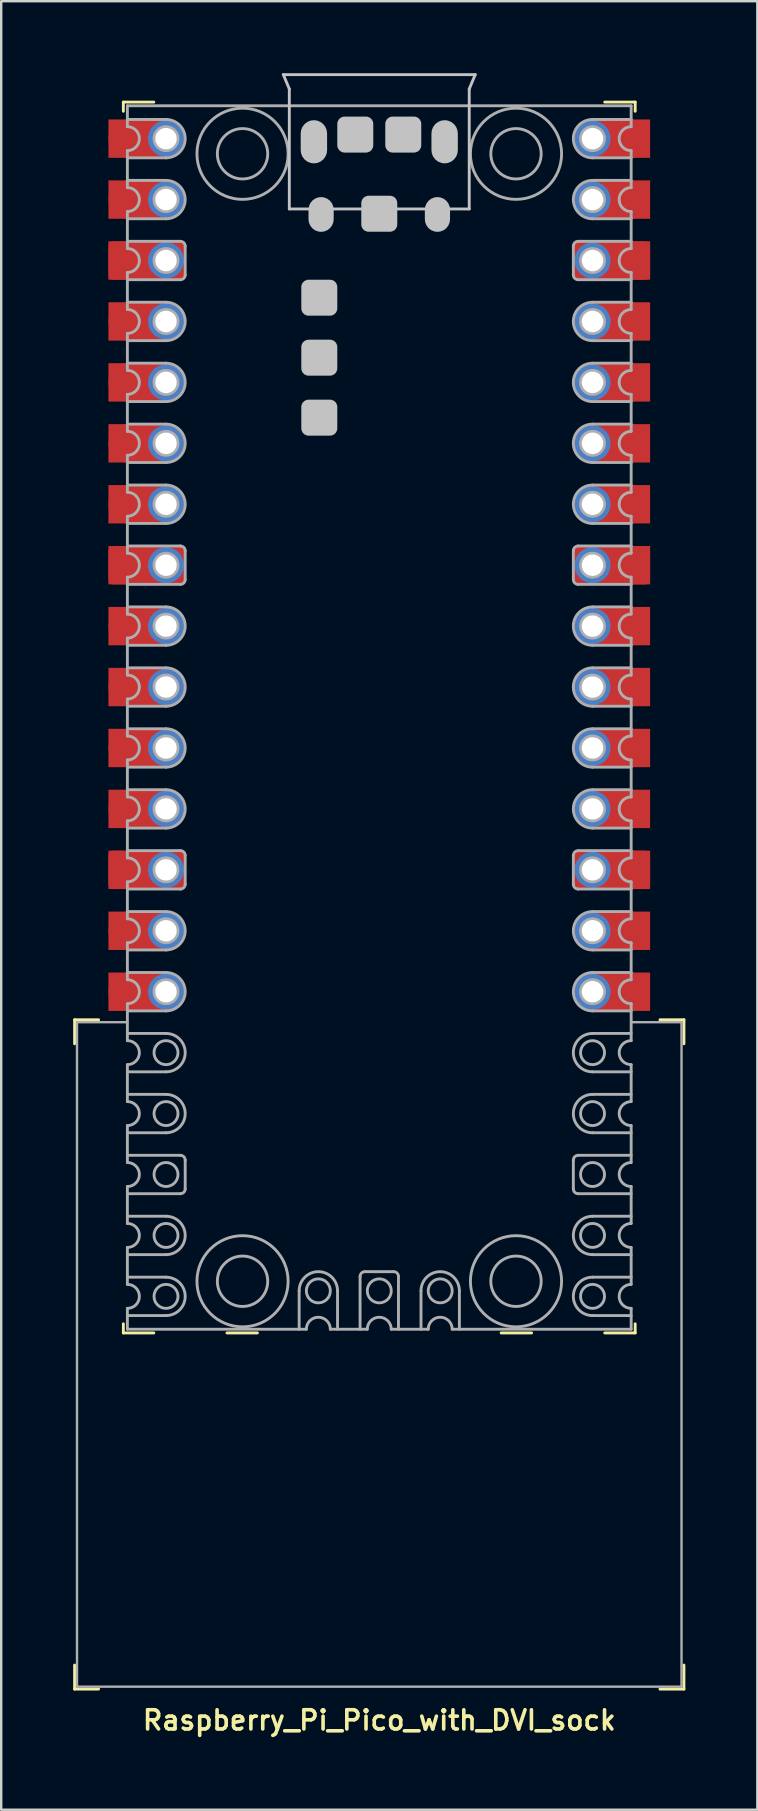
<source format=kicad_pcb>
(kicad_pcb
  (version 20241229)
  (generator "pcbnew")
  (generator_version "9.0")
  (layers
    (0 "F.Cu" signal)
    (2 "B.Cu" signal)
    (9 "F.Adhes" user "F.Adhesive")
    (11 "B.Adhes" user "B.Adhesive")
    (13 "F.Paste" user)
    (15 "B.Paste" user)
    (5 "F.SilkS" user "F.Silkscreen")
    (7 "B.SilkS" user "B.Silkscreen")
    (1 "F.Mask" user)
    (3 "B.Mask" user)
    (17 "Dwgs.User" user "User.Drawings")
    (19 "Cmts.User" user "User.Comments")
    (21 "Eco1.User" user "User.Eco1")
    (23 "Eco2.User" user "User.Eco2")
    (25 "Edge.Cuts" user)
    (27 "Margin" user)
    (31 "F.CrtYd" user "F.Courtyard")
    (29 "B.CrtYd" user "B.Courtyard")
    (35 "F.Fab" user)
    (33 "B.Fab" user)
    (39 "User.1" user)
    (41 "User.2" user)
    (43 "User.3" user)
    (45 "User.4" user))
  (footprint "Raspberry_Pi_Pico_with_DVI_sock"
    (layer "F.Cu")
    (at 12.76 26.86)
    (property "Reference" "Raspberry_Pi_Pico_with_DVI_sock" (at 0 41.8 0) (layer "F.SilkS") (effects (font (size 0.8 0.8) (thickness 0.15))))
    (attr through_hole)
    (fp_line (start -12.7 12.6) (end -12.7 13.6) (stroke (width 0.12) (type solid)) (layer "F.SilkS"))
    (fp_line (start -12.7 39.5) (end -12.7 40.5) (stroke (width 0.12) (type solid)) (layer "F.SilkS"))
    (fp_line (start -12.7 40.5) (end -11.7 40.5) (stroke (width 0.12) (type solid)) (layer "F.SilkS"))
    (fp_line (start -11.7 12.6) (end -12.7 12.6) (stroke (width 0.12) (type solid)) (layer "F.SilkS"))
    (fp_line (start -10.668 -25.654) (end -9.398 -25.654) (stroke (width 0.12) (type solid)) (layer "F.SilkS"))
    (fp_line (start -10.668 -25.273) (end -10.668 -25.654) (stroke (width 0.12) (type solid)) (layer "F.SilkS"))
    (fp_line (start -10.668 25.273) (end -10.668 25.654) (stroke (width 0.12) (type solid)) (layer "F.SilkS"))
    (fp_line (start -10.668 25.654) (end -9.398 25.654) (stroke (width 0.12) (type solid)) (layer "F.SilkS"))
    (fp_line (start -6.35 25.654) (end -5.08 25.654) (stroke (width 0.12) (type solid)) (layer "F.SilkS"))
    (fp_line (start 5.08 25.654) (end 6.35 25.654) (stroke (width 0.12) (type solid)) (layer "F.SilkS"))
    (fp_line (start 9.398 25.654) (end 10.668 25.654) (stroke (width 0.12) (type solid)) (layer "F.SilkS"))
    (fp_line (start 10.668 -25.654) (end 9.398 -25.654) (stroke (width 0.12) (type solid)) (layer "F.SilkS"))
    (fp_line (start 10.668 -25.273) (end 10.668 -25.654) (stroke (width 0.12) (type solid)) (layer "F.SilkS"))
    (fp_line (start 10.668 25.654) (end 10.668 25.273) (stroke (width 0.12) (type solid)) (layer "F.SilkS"))
    (fp_line (start 11.7 40.5) (end 12.7 40.5) (stroke (width 0.12) (type solid)) (layer "F.SilkS"))
    (fp_line (start 12.7 12.6) (end 11.7 12.6) (stroke (width 0.12) (type solid)) (layer "F.SilkS"))
    (fp_line (start 12.7 13.6) (end 12.7 12.6) (stroke (width 0.12) (type solid)) (layer "F.SilkS"))
    (fp_line (start 12.7 40.5) (end 12.7 39.5) (stroke (width 0.12) (type solid)) (layer "F.SilkS"))
    (fp_line (start -4 -26.8) (end -3.75 -26.2) (stroke (width 0.12) (type solid)) (layer "Dwgs.User"))
    (fp_line (start -4 -26.8) (end 4 -26.8) (stroke (width 0.12) (type solid)) (layer "Dwgs.User"))
    (fp_line (start -3.75 -26.2) (end -3.75 -21.2) (stroke (width 0.12) (type solid)) (layer "Dwgs.User"))
    (fp_line (start -3.75 -21.2) (end 3.75 -21.2) (stroke (width 0.12) (type solid)) (layer "Dwgs.User"))
    (fp_line (start 3.75 -26.2) (end 3.75 -21.2) (stroke (width 0.12) (type solid)) (layer "Dwgs.User"))
    (fp_line (start 4 -26.8) (end 3.75 -26.2) (stroke (width 0.12) (type solid)) (layer "Dwgs.User"))
    (fp_line (start -12.6 12.7) (end -12.6 40.4) (stroke (width 0.1) (type solid)) (layer "F.Fab"))
    (fp_line (start -10.5 -25.5) (end -10.5 -24.63) (stroke (width 0.12) (type solid)) (layer "F.Fab"))
    (fp_line (start -10.5 -23.63) (end -10.5 -22.09) (stroke (width 0.12) (type solid)) (layer "F.Fab"))
    (fp_line (start -10.5 -21.09) (end -10.5 -19.55) (stroke (width 0.12) (type solid)) (layer "F.Fab"))
    (fp_line (start -10.5 -18.55) (end -10.5 -17.01) (stroke (width 0.12) (type solid)) (layer "F.Fab"))
    (fp_line (start -10.5 -16.01) (end -10.5 -14.47) (stroke (width 0.12) (type solid)) (layer "F.Fab"))
    (fp_line (start -10.5 -13.47) (end -10.5 -11.93) (stroke (width 0.12) (type solid)) (layer "F.Fab"))
    (fp_line (start -10.5 -10.93) (end -10.5 -9.39) (stroke (width 0.12) (type solid)) (layer "F.Fab"))
    (fp_line (start -10.5 -8.39) (end -10.5 -6.85) (stroke (width 0.12) (type solid)) (layer "F.Fab"))
    (fp_line (start -10.5 -5.85) (end -10.5 -4.31) (stroke (width 0.12) (type solid)) (layer "F.Fab"))
    (fp_line (start -10.5 -3.31) (end -10.5 -1.77) (stroke (width 0.12) (type solid)) (layer "F.Fab"))
    (fp_line (start -10.5 -0.77) (end -10.5 0.77) (stroke (width 0.12) (type solid)) (layer "F.Fab"))
    (fp_line (start -10.5 1.77) (end -10.5 3.31) (stroke (width 0.12) (type solid)) (layer "F.Fab"))
    (fp_line (start -10.5 4.31) (end -10.5 5.85) (stroke (width 0.12) (type solid)) (layer "F.Fab"))
    (fp_line (start -10.5 6.85) (end -10.5 8.39) (stroke (width 0.12) (type solid)) (layer "F.Fab"))
    (fp_line (start -10.5 9.39) (end -10.5 10.93) (stroke (width 0.12) (type solid)) (layer "F.Fab"))
    (fp_line (start -10.5 11.93) (end -10.5 13.47) (stroke (width 0.12) (type solid)) (layer "F.Fab"))
    (fp_line (start -10.5 12.7) (end -12.6 12.7) (stroke (width 0.1) (type solid)) (layer "F.Fab"))
    (fp_line (start -10.5 14.47) (end -10.5 16.01) (stroke (width 0.12) (type solid)) (layer "F.Fab"))
    (fp_line (start -10.5 17.01) (end -10.5 18.55) (stroke (width 0.12) (type solid)) (layer "F.Fab"))
    (fp_line (start -10.5 19.55) (end -10.5 21.09) (stroke (width 0.12) (type solid)) (layer "F.Fab"))
    (fp_line (start -10.5 22.09) (end -10.5 23.63) (stroke (width 0.12) (type solid)) (layer "F.Fab"))
    (fp_line (start -10.5 24.63) (end -10.5 25.5) (stroke (width 0.12) (type solid)) (layer "F.Fab"))
    (fp_line (start -8.89 -24.93) (end -10.5 -24.93) (stroke (width 0.12) (type solid)) (layer "F.Fab"))
    (fp_line (start -8.89 -23.33) (end -10.5 -23.33) (stroke (width 0.12) (type solid)) (layer "F.Fab"))
    (fp_line (start -8.89 -22.39) (end -10.5 -22.39) (stroke (width 0.12) (type solid)) (layer "F.Fab"))
    (fp_line (start -8.89 -20.79) (end -10.5 -20.79) (stroke (width 0.12) (type solid)) (layer "F.Fab"))
    (fp_line (start -8.89 -17.31) (end -10.5 -17.31) (stroke (width 0.12) (type solid)) (layer "F.Fab"))
    (fp_line (start -8.89 -15.71) (end -10.5 -15.71) (stroke (width 0.12) (type solid)) (layer "F.Fab"))
    (fp_line (start -8.89 -14.77) (end -10.5 -14.77) (stroke (width 0.12) (type solid)) (layer "F.Fab"))
    (fp_line (start -8.89 -13.17) (end -10.5 -13.17) (stroke (width 0.12) (type solid)) (layer "F.Fab"))
    (fp_line (start -8.89 -12.23) (end -10.5 -12.23) (stroke (width 0.12) (type solid)) (layer "F.Fab"))
    (fp_line (start -8.89 -10.63) (end -10.5 -10.63) (stroke (width 0.12) (type solid)) (layer "F.Fab"))
    (fp_line (start -8.89 -9.69) (end -10.5 -9.69) (stroke (width 0.12) (type solid)) (layer "F.Fab"))
    (fp_line (start -8.89 -8.09) (end -10.5 -8.09) (stroke (width 0.12) (type solid)) (layer "F.Fab"))
    (fp_line (start -8.89 -4.61) (end -10.5 -4.61) (stroke (width 0.12) (type solid)) (layer "F.Fab"))
    (fp_line (start -8.89 -3.01) (end -10.5 -3.01) (stroke (width 0.12) (type solid)) (layer "F.Fab"))
    (fp_line (start -8.89 -2.07) (end -10.5 -2.07) (stroke (width 0.12) (type solid)) (layer "F.Fab"))
    (fp_line (start -8.89 -0.47) (end -10.5 -0.47) (stroke (width 0.12) (type solid)) (layer "F.Fab"))
    (fp_line (start -8.89 0.47) (end -10.5 0.47) (stroke (width 0.12) (type solid)) (layer "F.Fab"))
    (fp_line (start -8.89 2.07) (end -10.5 2.07) (stroke (width 0.12) (type solid)) (layer "F.Fab"))
    (fp_line (start -8.89 3.01) (end -10.5 3.01) (stroke (width 0.12) (type solid)) (layer "F.Fab"))
    (fp_line (start -8.89 4.61) (end -10.5 4.61) (stroke (width 0.12) (type solid)) (layer "F.Fab"))
    (fp_line (start -8.89 8.09) (end -10.5 8.09) (stroke (width 0.12) (type solid)) (layer "F.Fab"))
    (fp_line (start -8.89 9.69) (end -10.5 9.69) (stroke (width 0.12) (type solid)) (layer "F.Fab"))
    (fp_line (start -8.89 10.63) (end -10.5 10.63) (stroke (width 0.12) (type solid)) (layer "F.Fab"))
    (fp_line (start -8.89 12.23) (end -10.5 12.23) (stroke (width 0.12) (type solid)) (layer "F.Fab"))
    (fp_line (start -8.89 13.17) (end -10.5 13.17) (stroke (width 0.12) (type solid)) (layer "F.Fab"))
    (fp_line (start -8.89 14.77) (end -10.5 14.77) (stroke (width 0.12) (type solid)) (layer "F.Fab"))
    (fp_line (start -8.89 15.71) (end -10.5 15.71) (stroke (width 0.12) (type solid)) (layer "F.Fab"))
    (fp_line (start -8.89 17.31) (end -10.5 17.31) (stroke (width 0.12) (type solid)) (layer "F.Fab"))
    (fp_line (start -8.89 20.79) (end -10.5 20.79) (stroke (width 0.12) (type solid)) (layer "F.Fab"))
    (fp_line (start -8.89 22.39) (end -10.5 22.39) (stroke (width 0.12) (type solid)) (layer "F.Fab"))
    (fp_line (start -8.89 23.33) (end -10.5 23.33) (stroke (width 0.12) (type solid)) (layer "F.Fab"))
    (fp_line (start -8.89 24.93) (end -10.5 24.93) (stroke (width 0.12) (type solid)) (layer "F.Fab"))
    (fp_line (start -8.29 -19.85) (end -10.5 -19.85) (stroke (width 0.12) (type solid)) (layer "F.Fab"))
    (fp_line (start -8.29 -18.25) (end -10.5 -18.25) (stroke (width 0.12) (type solid)) (layer "F.Fab"))
    (fp_line (start -8.29 -7.15) (end -10.5 -7.15) (stroke (width 0.12) (type solid)) (layer "F.Fab"))
    (fp_line (start -8.29 -5.55) (end -10.5 -5.55) (stroke (width 0.12) (type solid)) (layer "F.Fab"))
    (fp_line (start -8.29 5.55) (end -10.5 5.55) (stroke (width 0.12) (type solid)) (layer "F.Fab"))
    (fp_line (start -8.29 7.15) (end -10.5 7.15) (stroke (width 0.12) (type solid)) (layer "F.Fab"))
    (fp_line (start -8.29 18.25) (end -10.5 18.25) (stroke (width 0.12) (type solid)) (layer "F.Fab"))
    (fp_line (start -8.29 19.85) (end -10.5 19.85) (stroke (width 0.12) (type solid)) (layer "F.Fab"))
    (fp_line (start -8.09 -19.65) (end -8.09 -18.45) (stroke (width 0.12) (type solid)) (layer "F.Fab"))
    (fp_line (start -8.09 -6.95) (end -8.09 -5.75) (stroke (width 0.12) (type solid)) (layer "F.Fab"))
    (fp_line (start -8.09 5.75) (end -8.09 6.95) (stroke (width 0.12) (type solid)) (layer "F.Fab"))
    (fp_line (start -8.09 18.45) (end -8.09 19.65) (stroke (width 0.12) (type solid)) (layer "F.Fab"))
    (fp_line (start -3.34 23.9) (end -3.34 25.5) (stroke (width 0.12) (type solid)) (layer "F.Fab"))
    (fp_line (start -3.04 25.5) (end -10.5 25.5) (stroke (width 0.12) (type solid)) (layer "F.Fab"))
    (fp_line (start -1.74 23.9) (end -1.74 25.5) (stroke (width 0.12) (type solid)) (layer "F.Fab"))
    (fp_line (start -0.8 23.3) (end -0.8 25.5) (stroke (width 0.12) (type solid)) (layer "F.Fab"))
    (fp_line (start -0.6 23.1) (end 0.6 23.1) (stroke (width 0.12) (type solid)) (layer "F.Fab"))
    (fp_line (start -0.5 25.5) (end -2.04 25.5) (stroke (width 0.12) (type solid)) (layer "F.Fab"))
    (fp_line (start 0.8 23.3) (end 0.8 25.5) (stroke (width 0.12) (type solid)) (layer "F.Fab"))
    (fp_line (start 1.74 23.9) (end 1.74 25.5) (stroke (width 0.12) (type solid)) (layer "F.Fab"))
    (fp_line (start 2.04 25.5) (end 0.5 25.5) (stroke (width 0.12) (type solid)) (layer "F.Fab"))
    (fp_line (start 3.34 23.9) (end 3.34 25.5) (stroke (width 0.12) (type solid)) (layer "F.Fab"))
    (fp_line (start 8.09 -18.45) (end 8.09 -19.65) (stroke (width 0.12) (type solid)) (layer "F.Fab"))
    (fp_line (start 8.09 -5.75) (end 8.09 -6.95) (stroke (width 0.12) (type solid)) (layer "F.Fab"))
    (fp_line (start 8.09 6.95) (end 8.09 5.75) (stroke (width 0.12) (type solid)) (layer "F.Fab"))
    (fp_line (start 8.09 19.65) (end 8.09 18.45) (stroke (width 0.12) (type solid)) (layer "F.Fab"))
    (fp_line (start 8.29 -19.85) (end 10.5 -19.85) (stroke (width 0.12) (type solid)) (layer "F.Fab"))
    (fp_line (start 8.29 -18.25) (end 10.5 -18.25) (stroke (width 0.12) (type solid)) (layer "F.Fab"))
    (fp_line (start 8.29 -7.15) (end 10.5 -7.15) (stroke (width 0.12) (type solid)) (layer "F.Fab"))
    (fp_line (start 8.29 -5.55) (end 10.5 -5.55) (stroke (width 0.12) (type solid)) (layer "F.Fab"))
    (fp_line (start 8.29 5.55) (end 10.5 5.55) (stroke (width 0.12) (type solid)) (layer "F.Fab"))
    (fp_line (start 8.29 7.15) (end 10.5 7.15) (stroke (width 0.12) (type solid)) (layer "F.Fab"))
    (fp_line (start 8.29 18.25) (end 10.5 18.25) (stroke (width 0.12) (type solid)) (layer "F.Fab"))
    (fp_line (start 8.29 19.85) (end 10.5 19.85) (stroke (width 0.12) (type solid)) (layer "F.Fab"))
    (fp_line (start 8.89 -24.93) (end 10.5 -24.93) (stroke (width 0.12) (type solid)) (layer "F.Fab"))
    (fp_line (start 8.89 -23.33) (end 10.5 -23.33) (stroke (width 0.12) (type solid)) (layer "F.Fab"))
    (fp_line (start 8.89 -22.39) (end 10.5 -22.39) (stroke (width 0.12) (type solid)) (layer "F.Fab"))
    (fp_line (start 8.89 -20.79) (end 10.5 -20.79) (stroke (width 0.12) (type solid)) (layer "F.Fab"))
    (fp_line (start 8.89 -17.31) (end 10.5 -17.31) (stroke (width 0.12) (type solid)) (layer "F.Fab"))
    (fp_line (start 8.89 -15.71) (end 10.5 -15.71) (stroke (width 0.12) (type solid)) (layer "F.Fab"))
    (fp_line (start 8.89 -14.77) (end 10.5 -14.77) (stroke (width 0.12) (type solid)) (layer "F.Fab"))
    (fp_line (start 8.89 -13.17) (end 10.5 -13.17) (stroke (width 0.12) (type solid)) (layer "F.Fab"))
    (fp_line (start 8.89 -12.23) (end 10.5 -12.23) (stroke (width 0.12) (type solid)) (layer "F.Fab"))
    (fp_line (start 8.89 -10.63) (end 10.5 -10.63) (stroke (width 0.12) (type solid)) (layer "F.Fab"))
    (fp_line (start 8.89 -9.69) (end 10.5 -9.69) (stroke (width 0.12) (type solid)) (layer "F.Fab"))
    (fp_line (start 8.89 -8.09) (end 10.5 -8.09) (stroke (width 0.12) (type solid)) (layer "F.Fab"))
    (fp_line (start 8.89 -4.61) (end 10.5 -4.61) (stroke (width 0.12) (type solid)) (layer "F.Fab"))
    (fp_line (start 8.89 -3.01) (end 10.5 -3.01) (stroke (width 0.12) (type solid)) (layer "F.Fab"))
    (fp_line (start 8.89 -2.07) (end 10.5 -2.07) (stroke (width 0.12) (type solid)) (layer "F.Fab"))
    (fp_line (start 8.89 -0.47) (end 10.5 -0.47) (stroke (width 0.12) (type solid)) (layer "F.Fab"))
    (fp_line (start 8.89 0.47) (end 10.5 0.47) (stroke (width 0.12) (type solid)) (layer "F.Fab"))
    (fp_line (start 8.89 2.07) (end 10.5 2.07) (stroke (width 0.12) (type solid)) (layer "F.Fab"))
    (fp_line (start 8.89 3.01) (end 10.5 3.01) (stroke (width 0.12) (type solid)) (layer "F.Fab"))
    (fp_line (start 8.89 4.61) (end 10.5 4.61) (stroke (width 0.12) (type solid)) (layer "F.Fab"))
    (fp_line (start 8.89 8.09) (end 10.5 8.09) (stroke (width 0.12) (type solid)) (layer "F.Fab"))
    (fp_line (start 8.89 9.69) (end 10.5 9.69) (stroke (width 0.12) (type solid)) (layer "F.Fab"))
    (fp_line (start 8.89 10.63) (end 10.5 10.63) (stroke (width 0.12) (type solid)) (layer "F.Fab"))
    (fp_line (start 8.89 12.23) (end 10.5 12.23) (stroke (width 0.12) (type solid)) (layer "F.Fab"))
    (fp_line (start 8.89 13.17) (end 10.5 13.17) (stroke (width 0.12) (type solid)) (layer "F.Fab"))
    (fp_line (start 8.89 14.77) (end 10.5 14.77) (stroke (width 0.12) (type solid)) (layer "F.Fab"))
    (fp_line (start 8.89 15.71) (end 10.5 15.71) (stroke (width 0.12) (type solid)) (layer "F.Fab"))
    (fp_line (start 8.89 17.31) (end 10.5 17.31) (stroke (width 0.12) (type solid)) (layer "F.Fab"))
    (fp_line (start 8.89 20.79) (end 10.5 20.79) (stroke (width 0.12) (type solid)) (layer "F.Fab"))
    (fp_line (start 8.89 22.39) (end 10.5 22.39) (stroke (width 0.12) (type solid)) (layer "F.Fab"))
    (fp_line (start 8.89 23.33) (end 10.5 23.33) (stroke (width 0.12) (type solid)) (layer "F.Fab"))
    (fp_line (start 8.89 24.93) (end 10.5 24.93) (stroke (width 0.12) (type solid)) (layer "F.Fab"))
    (fp_line (start 10.5 -25.5) (end -10.5 -25.5) (stroke (width 0.12) (type solid)) (layer "F.Fab"))
    (fp_line (start 10.5 -25.5) (end 10.5 -24.63) (stroke (width 0.12) (type solid)) (layer "F.Fab"))
    (fp_line (start 10.5 -23.63) (end 10.5 -22.09) (stroke (width 0.12) (type solid)) (layer "F.Fab"))
    (fp_line (start 10.5 -21.09) (end 10.5 -19.55) (stroke (width 0.12) (type solid)) (layer "F.Fab"))
    (fp_line (start 10.5 -18.55) (end 10.5 -17.01) (stroke (width 0.12) (type solid)) (layer "F.Fab"))
    (fp_line (start 10.5 -16.01) (end 10.5 -14.47) (stroke (width 0.12) (type solid)) (layer "F.Fab"))
    (fp_line (start 10.5 -13.47) (end 10.5 -11.93) (stroke (width 0.12) (type solid)) (layer "F.Fab"))
    (fp_line (start 10.5 -10.93) (end 10.5 -9.39) (stroke (width 0.12) (type solid)) (layer "F.Fab"))
    (fp_line (start 10.5 -8.39) (end 10.5 -6.85) (stroke (width 0.12) (type solid)) (layer "F.Fab"))
    (fp_line (start 10.5 -5.85) (end 10.5 -4.31) (stroke (width 0.12) (type solid)) (layer "F.Fab"))
    (fp_line (start 10.5 -3.31) (end 10.5 -1.77) (stroke (width 0.12) (type solid)) (layer "F.Fab"))
    (fp_line (start 10.5 -0.77) (end 10.5 0.77) (stroke (width 0.12) (type solid)) (layer "F.Fab"))
    (fp_line (start 10.5 1.77) (end 10.5 3.31) (stroke (width 0.12) (type solid)) (layer "F.Fab"))
    (fp_line (start 10.5 4.31) (end 10.5 5.85) (stroke (width 0.12) (type solid)) (layer "F.Fab"))
    (fp_line (start 10.5 6.85) (end 10.5 8.39) (stroke (width 0.12) (type solid)) (layer "F.Fab"))
    (fp_line (start 10.5 9.39) (end 10.5 10.93) (stroke (width 0.12) (type solid)) (layer "F.Fab"))
    (fp_line (start 10.5 11.93) (end 10.5 13.47) (stroke (width 0.12) (type solid)) (layer "F.Fab"))
    (fp_line (start 10.5 14.47) (end 10.5 16.01) (stroke (width 0.12) (type solid)) (layer "F.Fab"))
    (fp_line (start 10.5 17.01) (end 10.5 18.55) (stroke (width 0.12) (type solid)) (layer "F.Fab"))
    (fp_line (start 10.5 19.55) (end 10.5 21.09) (stroke (width 0.12) (type solid)) (layer "F.Fab"))
    (fp_line (start 10.5 22.09) (end 10.5 23.63) (stroke (width 0.12) (type solid)) (layer "F.Fab"))
    (fp_line (start 10.5 25.5) (end 3.04 25.5) (stroke (width 0.12) (type solid)) (layer "F.Fab"))
    (fp_line (start 10.5 25.5) (end 10.5 24.63) (stroke (width 0.12) (type solid)) (layer "F.Fab"))
    (fp_line (start 12.6 12.7) (end 10.5 12.7) (stroke (width 0.1) (type solid)) (layer "F.Fab"))
    (fp_line (start 12.6 12.7) (end 12.6 40.4) (stroke (width 0.1) (type solid)) (layer "F.Fab"))
    (fp_line (start 12.6 40.4) (end -12.6 40.4) (stroke (width 0.1) (type solid)) (layer "F.Fab"))
    (fp_arc (start -10.5 -24.63) (mid -10 -24.13) (end -10.5 -23.63) (stroke (width 0.12) (type solid)) (layer "F.Fab"))
    (fp_arc (start -10.5 -22.09) (mid -10 -21.59) (end -10.5 -21.09) (stroke (width 0.12) (type solid)) (layer "F.Fab"))
    (fp_arc (start -10.5 -19.55) (mid -10 -19.05) (end -10.5 -18.55) (stroke (width 0.12) (type solid)) (layer "F.Fab"))
    (fp_arc (start -10.5 -17.01) (mid -10 -16.51) (end -10.5 -16.01) (stroke (width 0.12) (type solid)) (layer "F.Fab"))
    (fp_arc (start -10.5 -14.47) (mid -10 -13.97) (end -10.5 -13.47) (stroke (width 0.12) (type solid)) (layer "F.Fab"))
    (fp_arc (start -10.5 -11.93) (mid -10 -11.43) (end -10.5 -10.93) (stroke (width 0.12) (type solid)) (layer "F.Fab"))
    (fp_arc (start -10.5 -9.39) (mid -10 -8.89) (end -10.5 -8.39) (stroke (width 0.12) (type solid)) (layer "F.Fab"))
    (fp_arc (start -10.5 -6.85) (mid -10 -6.35) (end -10.5 -5.85) (stroke (width 0.12) (type solid)) (layer "F.Fab"))
    (fp_arc (start -10.5 -4.31) (mid -10 -3.81) (end -10.5 -3.31) (stroke (width 0.12) (type solid)) (layer "F.Fab"))
    (fp_arc (start -10.5 -1.77) (mid -10 -1.27) (end -10.5 -0.77) (stroke (width 0.12) (type solid)) (layer "F.Fab"))
    (fp_arc (start -10.5 0.77) (mid -10 1.27) (end -10.5 1.77) (stroke (width 0.12) (type solid)) (layer "F.Fab"))
    (fp_arc (start -10.5 3.31) (mid -10 3.81) (end -10.5 4.31) (stroke (width 0.12) (type solid)) (layer "F.Fab"))
    (fp_arc (start -10.5 5.85) (mid -10 6.35) (end -10.5 6.85) (stroke (width 0.12) (type solid)) (layer "F.Fab"))
    (fp_arc (start -10.5 8.39) (mid -10 8.89) (end -10.5 9.39) (stroke (width 0.12) (type solid)) (layer "F.Fab"))
    (fp_arc (start -10.5 10.93) (mid -10 11.43) (end -10.5 11.93) (stroke (width 0.12) (type solid)) (layer "F.Fab"))
    (fp_arc (start -10.5 13.47) (mid -10 13.97) (end -10.5 14.47) (stroke (width 0.12) (type solid)) (layer "F.Fab"))
    (fp_arc (start -10.5 16.01) (mid -10 16.51) (end -10.5 17.01) (stroke (width 0.12) (type solid)) (layer "F.Fab"))
    (fp_arc (start -10.5 18.55) (mid -10 19.05) (end -10.5 19.55) (stroke (width 0.12) (type solid)) (layer "F.Fab"))
    (fp_arc (start -10.5 21.09) (mid -10 21.59) (end -10.5 22.09) (stroke (width 0.12) (type solid)) (layer "F.Fab"))
    (fp_arc (start -10.5 23.63) (mid -10 24.13) (end -10.5 24.63) (stroke (width 0.12) (type solid)) (layer "F.Fab"))
    (fp_arc (start -8.89 -24.93) (mid -8.09 -24.13) (end -8.89 -23.33) (stroke (width 0.12) (type solid)) (layer "F.Fab"))
    (fp_arc (start -8.89 -22.39) (mid -8.09 -21.59) (end -8.89 -20.79) (stroke (width 0.12) (type solid)) (layer "F.Fab"))
    (fp_arc (start -8.89 -17.31) (mid -8.09 -16.51) (end -8.89 -15.71) (stroke (width 0.12) (type solid)) (layer "F.Fab"))
    (fp_arc (start -8.89 -14.77) (mid -8.09 -13.97) (end -8.89 -13.17) (stroke (width 0.12) (type solid)) (layer "F.Fab"))
    (fp_arc (start -8.89 -12.23) (mid -8.09 -11.43) (end -8.89 -10.63) (stroke (width 0.12) (type solid)) (layer "F.Fab"))
    (fp_arc (start -8.89 -9.69) (mid -8.09 -8.89) (end -8.89 -8.09) (stroke (width 0.12) (type solid)) (layer "F.Fab"))
    (fp_arc (start -8.89 -4.61) (mid -8.09 -3.81) (end -8.89 -3.01) (stroke (width 0.12) (type solid)) (layer "F.Fab"))
    (fp_arc (start -8.89 -2.07) (mid -8.09 -1.27) (end -8.89 -0.47) (stroke (width 0.12) (type solid)) (layer "F.Fab"))
    (fp_arc (start -8.89 0.47) (mid -8.09 1.27) (end -8.89 2.07) (stroke (width 0.12) (type solid)) (layer "F.Fab"))
    (fp_arc (start -8.89 3.01) (mid -8.09 3.81) (end -8.89 4.61) (stroke (width 0.12) (type solid)) (layer "F.Fab"))
    (fp_arc (start -8.89 8.09) (mid -8.09 8.89) (end -8.89 9.69) (stroke (width 0.12) (type solid)) (layer "F.Fab"))
    (fp_arc (start -8.89 10.63) (mid -8.09 11.43) (end -8.89 12.23) (stroke (width 0.12) (type solid)) (layer "F.Fab"))
    (fp_arc (start -8.89 13.17) (mid -8.09 13.97) (end -8.89 14.77) (stroke (width 0.12) (type solid)) (layer "F.Fab"))
    (fp_arc (start -8.89 15.71) (mid -8.09 16.51) (end -8.89 17.31) (stroke (width 0.12) (type solid)) (layer "F.Fab"))
    (fp_arc (start -8.89 20.79) (mid -8.09 21.59) (end -8.89 22.39) (stroke (width 0.12) (type solid)) (layer "F.Fab"))
    (fp_arc (start -8.89 23.33) (mid -8.09 24.13) (end -8.89 24.93) (stroke (width 0.12) (type solid)) (layer "F.Fab"))
    (fp_arc (start -8.29 -19.85) (mid -8.148579 -19.791421) (end -8.09 -19.65) (stroke (width 0.12) (type solid)) (layer "F.Fab"))
    (fp_arc (start -8.29 -7.15) (mid -8.148579 -7.091421) (end -8.09 -6.95) (stroke (width 0.12) (type solid)) (layer "F.Fab"))
    (fp_arc (start -8.29 5.55) (mid -8.148579 5.608579) (end -8.09 5.75) (stroke (width 0.12) (type solid)) (layer "F.Fab"))
    (fp_arc (start -8.29 18.25) (mid -8.148579 18.308579) (end -8.09 18.45) (stroke (width 0.12) (type solid)) (layer "F.Fab"))
    (fp_arc (start -8.09 -18.45) (mid -8.148579 -18.308579) (end -8.29 -18.25) (stroke (width 0.12) (type solid)) (layer "F.Fab"))
    (fp_arc (start -8.09 -5.75) (mid -8.148579 -5.608579) (end -8.29 -5.55) (stroke (width 0.12) (type solid)) (layer "F.Fab"))
    (fp_arc (start -8.09 6.95) (mid -8.148579 7.091421) (end -8.29 7.15) (stroke (width 0.12) (type solid)) (layer "F.Fab"))
    (fp_arc (start -8.09 19.65) (mid -8.148579 19.791421) (end -8.29 19.85) (stroke (width 0.12) (type solid)) (layer "F.Fab"))
    (fp_arc (start -3.34 23.9) (mid -2.54 23.1) (end -1.74 23.9) (stroke (width 0.12) (type solid)) (layer "F.Fab"))
    (fp_arc (start -3.04 25.5) (mid -2.54 25) (end -2.04 25.5) (stroke (width 0.12) (type solid)) (layer "F.Fab"))
    (fp_arc (start -0.8 23.3) (mid -0.741421 23.158579) (end -0.6 23.1) (stroke (width 0.12) (type solid)) (layer "F.Fab"))
    (fp_arc (start -0.5 25.5) (mid 0 25) (end 0.5 25.5) (stroke (width 0.12) (type solid)) (layer "F.Fab"))
    (fp_arc (start 0.6 23.1) (mid 0.741421 23.158579) (end 0.8 23.3) (stroke (width 0.12) (type solid)) (layer "F.Fab"))
    (fp_arc (start 1.74 23.9) (mid 2.54 23.1) (end 3.34 23.9) (stroke (width 0.12) (type solid)) (layer "F.Fab"))
    (fp_arc (start 2.04 25.5) (mid 2.54 25) (end 3.04 25.5) (stroke (width 0.12) (type solid)) (layer "F.Fab"))
    (fp_arc (start 8.09 -19.65) (mid 8.148579 -19.791421) (end 8.29 -19.85) (stroke (width 0.12) (type solid)) (layer "F.Fab"))
    (fp_arc (start 8.09 -6.95) (mid 8.148579 -7.091421) (end 8.29 -7.15) (stroke (width 0.12) (type solid)) (layer "F.Fab"))
    (fp_arc (start 8.09 5.75) (mid 8.148579 5.608579) (end 8.29 5.55) (stroke (width 0.12) (type solid)) (layer "F.Fab"))
    (fp_arc (start 8.09 18.45) (mid 8.148579 18.308579) (end 8.29 18.25) (stroke (width 0.12) (type solid)) (layer "F.Fab"))
    (fp_arc (start 8.29 -18.25) (mid 8.148579 -18.308579) (end 8.09 -18.45) (stroke (width 0.12) (type solid)) (layer "F.Fab"))
    (fp_arc (start 8.29 -5.55) (mid 8.148579 -5.608579) (end 8.09 -5.75) (stroke (width 0.12) (type solid)) (layer "F.Fab"))
    (fp_arc (start 8.29 7.15) (mid 8.148579 7.091421) (end 8.09 6.95) (stroke (width 0.12) (type solid)) (layer "F.Fab"))
    (fp_arc (start 8.29 19.85) (mid 8.148579 19.791421) (end 8.09 19.65) (stroke (width 0.12) (type solid)) (layer "F.Fab"))
    (fp_arc (start 8.89 -23.33) (mid 8.09 -24.13) (end 8.89 -24.93) (stroke (width 0.12) (type solid)) (layer "F.Fab"))
    (fp_arc (start 8.89 -20.79) (mid 8.09 -21.59) (end 8.89 -22.39) (stroke (width 0.12) (type solid)) (layer "F.Fab"))
    (fp_arc (start 8.89 -15.71) (mid 8.09 -16.51) (end 8.89 -17.31) (stroke (width 0.12) (type solid)) (layer "F.Fab"))
    (fp_arc (start 8.89 -13.17) (mid 8.09 -13.97) (end 8.89 -14.77) (stroke (width 0.12) (type solid)) (layer "F.Fab"))
    (fp_arc (start 8.89 -10.63) (mid 8.09 -11.43) (end 8.89 -12.23) (stroke (width 0.12) (type solid)) (layer "F.Fab"))
    (fp_arc (start 8.89 -8.09) (mid 8.09 -8.89) (end 8.89 -9.69) (stroke (width 0.12) (type solid)) (layer "F.Fab"))
    (fp_arc (start 8.89 -3.01) (mid 8.09 -3.81) (end 8.89 -4.61) (stroke (width 0.12) (type solid)) (layer "F.Fab"))
    (fp_arc (start 8.89 -0.47) (mid 8.09 -1.27) (end 8.89 -2.07) (stroke (width 0.12) (type solid)) (layer "F.Fab"))
    (fp_arc (start 8.89 2.07) (mid 8.09 1.27) (end 8.89 0.47) (stroke (width 0.12) (type solid)) (layer "F.Fab"))
    (fp_arc (start 8.89 4.61) (mid 8.09 3.81) (end 8.89 3.01) (stroke (width 0.12) (type solid)) (layer "F.Fab"))
    (fp_arc (start 8.89 9.69) (mid 8.09 8.89) (end 8.89 8.09) (stroke (width 0.12) (type solid)) (layer "F.Fab"))
    (fp_arc (start 8.89 12.23) (mid 8.09 11.43) (end 8.89 10.63) (stroke (width 0.12) (type solid)) (layer "F.Fab"))
    (fp_arc (start 8.89 14.77) (mid 8.09 13.97) (end 8.89 13.17) (stroke (width 0.12) (type solid)) (layer "F.Fab"))
    (fp_arc (start 8.89 17.31) (mid 8.09 16.51) (end 8.89 15.71) (stroke (width 0.12) (type solid)) (layer "F.Fab"))
    (fp_arc (start 8.89 22.39) (mid 8.09 21.59) (end 8.89 20.79) (stroke (width 0.12) (type solid)) (layer "F.Fab"))
    (fp_arc (start 8.89 24.93) (mid 8.09 24.13) (end 8.89 23.33) (stroke (width 0.12) (type solid)) (layer "F.Fab"))
    (fp_arc (start 10.5 -23.63) (mid 10 -24.13) (end 10.5 -24.63) (stroke (width 0.12) (type solid)) (layer "F.Fab"))
    (fp_arc (start 10.5 -21.09) (mid 10 -21.59) (end 10.5 -22.09) (stroke (width 0.12) (type solid)) (layer "F.Fab"))
    (fp_arc (start 10.5 -18.55) (mid 10 -19.05) (end 10.5 -19.55) (stroke (width 0.12) (type solid)) (layer "F.Fab"))
    (fp_arc (start 10.5 -16.01) (mid 10 -16.51) (end 10.5 -17.01) (stroke (width 0.12) (type solid)) (layer "F.Fab"))
    (fp_arc (start 10.5 -13.47) (mid 10 -13.97) (end 10.5 -14.47) (stroke (width 0.12) (type solid)) (layer "F.Fab"))
    (fp_arc (start 10.5 -10.93) (mid 10 -11.43) (end 10.5 -11.93) (stroke (width 0.12) (type solid)) (layer "F.Fab"))
    (fp_arc (start 10.5 -8.39) (mid 10 -8.89) (end 10.5 -9.39) (stroke (width 0.12) (type solid)) (layer "F.Fab"))
    (fp_arc (start 10.5 -5.85) (mid 10 -6.35) (end 10.5 -6.85) (stroke (width 0.12) (type solid)) (layer "F.Fab"))
    (fp_arc (start 10.5 -3.31) (mid 10 -3.81) (end 10.5 -4.31) (stroke (width 0.12) (type solid)) (layer "F.Fab"))
    (fp_arc (start 10.5 -0.77) (mid 10 -1.27) (end 10.5 -1.77) (stroke (width 0.12) (type solid)) (layer "F.Fab"))
    (fp_arc (start 10.5 1.77) (mid 10 1.27) (end 10.5 0.77) (stroke (width 0.12) (type solid)) (layer "F.Fab"))
    (fp_arc (start 10.5 4.31) (mid 10 3.81) (end 10.5 3.31) (stroke (width 0.12) (type solid)) (layer "F.Fab"))
    (fp_arc (start 10.5 6.85) (mid 10 6.35) (end 10.5 5.85) (stroke (width 0.12) (type solid)) (layer "F.Fab"))
    (fp_arc (start 10.5 9.39) (mid 10 8.89) (end 10.5 8.39) (stroke (width 0.12) (type solid)) (layer "F.Fab"))
    (fp_arc (start 10.5 11.93) (mid 10 11.43) (end 10.5 10.93) (stroke (width 0.12) (type solid)) (layer "F.Fab"))
    (fp_arc (start 10.5 14.47) (mid 10 13.97) (end 10.5 13.47) (stroke (width 0.12) (type solid)) (layer "F.Fab"))
    (fp_arc (start 10.5 17.01) (mid 10 16.51) (end 10.5 16.01) (stroke (width 0.12) (type solid)) (layer "F.Fab"))
    (fp_arc (start 10.5 19.55) (mid 10 19.05) (end 10.5 18.55) (stroke (width 0.12) (type solid)) (layer "F.Fab"))
    (fp_arc (start 10.5 22.09) (mid 10 21.59) (end 10.5 21.09) (stroke (width 0.12) (type solid)) (layer "F.Fab"))
    (fp_arc (start 10.5 24.63) (mid 10 24.13) (end 10.5 23.63) (stroke (width 0.12) (type solid)) (layer "F.Fab"))
    (fp_circle (center -8.89 -24.13) (end -8.39 -24.13) (stroke (width 0.12) (type solid)) (fill no) (layer "F.Fab"))
    (fp_circle (center -8.89 -21.59) (end -8.39 -21.59) (stroke (width 0.12) (type solid)) (fill no) (layer "F.Fab"))
    (fp_circle (center -8.89 -19.05) (end -8.39 -19.05) (stroke (width 0.12) (type solid)) (fill no) (layer "F.Fab"))
    (fp_circle (center -8.89 -16.51) (end -8.39 -16.51) (stroke (width 0.12) (type solid)) (fill no) (layer "F.Fab"))
    (fp_circle (center -8.89 -13.97) (end -8.39 -13.97) (stroke (width 0.12) (type solid)) (fill no) (layer "F.Fab"))
    (fp_circle (center -8.89 -11.43) (end -8.39 -11.43) (stroke (width 0.12) (type solid)) (fill no) (layer "F.Fab"))
    (fp_circle (center -8.89 -8.89) (end -8.39 -8.89) (stroke (width 0.12) (type solid)) (fill no) (layer "F.Fab"))
    (fp_circle (center -8.89 -6.35) (end -8.39 -6.35) (stroke (width 0.12) (type solid)) (fill no) (layer "F.Fab"))
    (fp_circle (center -8.89 -3.81) (end -8.39 -3.81) (stroke (width 0.12) (type solid)) (fill no) (layer "F.Fab"))
    (fp_circle (center -8.89 -1.27) (end -8.39 -1.27) (stroke (width 0.12) (type solid)) (fill no) (layer "F.Fab"))
    (fp_circle (center -8.89 1.27) (end -8.39 1.27) (stroke (width 0.12) (type solid)) (fill no) (layer "F.Fab"))
    (fp_circle (center -8.89 3.81) (end -8.39 3.81) (stroke (width 0.12) (type solid)) (fill no) (layer "F.Fab"))
    (fp_circle (center -8.89 6.35) (end -8.39 6.35) (stroke (width 0.12) (type solid)) (fill no) (layer "F.Fab"))
    (fp_circle (center -8.89 8.89) (end -8.39 8.89) (stroke (width 0.12) (type solid)) (fill no) (layer "F.Fab"))
    (fp_circle (center -8.89 11.43) (end -8.39 11.43) (stroke (width 0.12) (type solid)) (fill no) (layer "F.Fab"))
    (fp_circle (center -8.89 13.97) (end -8.39 13.97) (stroke (width 0.12) (type solid)) (fill no) (layer "F.Fab"))
    (fp_circle (center -8.89 16.51) (end -8.39 16.51) (stroke (width 0.12) (type solid)) (fill no) (layer "F.Fab"))
    (fp_circle (center -8.89 19.05) (end -8.39 19.05) (stroke (width 0.12) (type solid)) (fill no) (layer "F.Fab"))
    (fp_circle (center -8.89 21.59) (end -8.39 21.59) (stroke (width 0.12) (type solid)) (fill no) (layer "F.Fab"))
    (fp_circle (center -8.89 24.13) (end -8.39 24.13) (stroke (width 0.12) (type solid)) (fill no) (layer "F.Fab"))
    (fp_circle (center -5.7 -23.5) (end -4.65 -23.5) (stroke (width 0.12) (type solid)) (fill no) (layer "F.Fab"))
    (fp_circle (center -5.7 -23.5) (end -3.8 -23.5) (stroke (width 0.12) (type solid)) (fill no) (layer "F.Fab"))
    (fp_circle (center -5.7 23.5) (end -4.65 23.5) (stroke (width 0.12) (type solid)) (fill no) (layer "F.Fab"))
    (fp_circle (center -5.7 23.5) (end -3.8 23.5) (stroke (width 0.12) (type solid)) (fill no) (layer "F.Fab"))
    (fp_circle (center -2.54 23.9) (end -2.04 23.9) (stroke (width 0.12) (type solid)) (fill no) (layer "F.Fab"))
    (fp_circle (center 0 23.9) (end 0.5 23.9) (stroke (width 0.12) (type solid)) (fill no) (layer "F.Fab"))
    (fp_circle (center 2.54 23.9) (end 3.04 23.9) (stroke (width 0.12) (type solid)) (fill no) (layer "F.Fab"))
    (fp_circle (center 5.7 -23.5) (end 6.75 -23.5) (stroke (width 0.12) (type solid)) (fill no) (layer "F.Fab"))
    (fp_circle (center 5.7 -23.5) (end 7.6 -23.5) (stroke (width 0.12) (type solid)) (fill no) (layer "F.Fab"))
    (fp_circle (center 5.7 23.5) (end 6.75 23.5) (stroke (width 0.12) (type solid)) (fill no) (layer "F.Fab"))
    (fp_circle (center 5.7 23.5) (end 7.6 23.5) (stroke (width 0.12) (type solid)) (fill no) (layer "F.Fab"))
    (fp_circle (center 8.89 -24.13) (end 9.39 -24.13) (stroke (width 0.12) (type solid)) (fill no) (layer "F.Fab"))
    (fp_circle (center 8.89 -21.59) (end 9.39 -21.59) (stroke (width 0.12) (type solid)) (fill no) (layer "F.Fab"))
    (fp_circle (center 8.89 -19.05) (end 9.39 -19.05) (stroke (width 0.12) (type solid)) (fill no) (layer "F.Fab"))
    (fp_circle (center 8.89 -16.51) (end 9.39 -16.51) (stroke (width 0.12) (type solid)) (fill no) (layer "F.Fab"))
    (fp_circle (center 8.89 -13.97) (end 9.39 -13.97) (stroke (width 0.12) (type solid)) (fill no) (layer "F.Fab"))
    (fp_circle (center 8.89 -11.43) (end 9.39 -11.43) (stroke (width 0.12) (type solid)) (fill no) (layer "F.Fab"))
    (fp_circle (center 8.89 -8.89) (end 9.39 -8.89) (stroke (width 0.12) (type solid)) (fill no) (layer "F.Fab"))
    (fp_circle (center 8.89 -6.35) (end 9.39 -6.35) (stroke (width 0.12) (type solid)) (fill no) (layer "F.Fab"))
    (fp_circle (center 8.89 -3.81) (end 9.39 -3.81) (stroke (width 0.12) (type solid)) (fill no) (layer "F.Fab"))
    (fp_circle (center 8.89 -1.27) (end 9.39 -1.27) (stroke (width 0.12) (type solid)) (fill no) (layer "F.Fab"))
    (fp_circle (center 8.89 1.27) (end 9.39 1.27) (stroke (width 0.12) (type solid)) (fill no) (layer "F.Fab"))
    (fp_circle (center 8.89 3.81) (end 9.39 3.81) (stroke (width 0.12) (type solid)) (fill no) (layer "F.Fab"))
    (fp_circle (center 8.89 6.35) (end 9.39 6.35) (stroke (width 0.12) (type solid)) (fill no) (layer "F.Fab"))
    (fp_circle (center 8.89 8.89) (end 9.39 8.89) (stroke (width 0.12) (type solid)) (fill no) (layer "F.Fab"))
    (fp_circle (center 8.89 11.43) (end 9.39 11.43) (stroke (width 0.12) (type solid)) (fill no) (layer "F.Fab"))
    (fp_circle (center 8.89 13.97) (end 9.39 13.97) (stroke (width 0.12) (type solid)) (fill no) (layer "F.Fab"))
    (fp_circle (center 8.89 16.51) (end 9.39 16.51) (stroke (width 0.12) (type solid)) (fill no) (layer "F.Fab"))
    (fp_circle (center 8.89 19.05) (end 9.39 19.05) (stroke (width 0.12) (type solid)) (fill no) (layer "F.Fab"))
    (fp_circle (center 8.89 21.59) (end 9.39 21.59) (stroke (width 0.12) (type solid)) (fill no) (layer "F.Fab"))
    (fp_circle (center 8.89 24.13) (end 9.39 24.13) (stroke (width 0.12) (type solid)) (fill no) (layer "F.Fab"))
    (pad "" smd roundrect (at -2.725 -24) (size 1.1 1.8) (layers "Dwgs.User") (roundrect_rratio 0.5))
    (pad "" smd roundrect (at -2.5 -17.5) (size 1.5 1.5) (layers "Dwgs.User") (roundrect_rratio 0.2))
    (pad "" smd roundrect (at -2.5 -15) (size 1.5 1.5) (layers "Dwgs.User") (roundrect_rratio 0.2))
    (pad "" smd roundrect (at -2.5 -12.5) (size 1.5 1.5) (layers "Dwgs.User") (roundrect_rratio 0.2))
    (pad "" smd roundrect (at -2.425 -20.97) (size 1.05 1.45) (layers "Dwgs.User") (roundrect_rratio 0.5))
    (pad "" smd roundrect (at -1 -24.3) (size 1.5 1.5) (layers "Dwgs.User") (roundrect_rratio 0.2))
    (pad "" smd roundrect (at 0 -21) (size 1.5 1.5) (layers "Dwgs.User") (roundrect_rratio 0.2))
    (pad "" smd roundrect (at 1 -24.3) (size 1.5 1.5) (layers "Dwgs.User") (roundrect_rratio 0.2))
    (pad "" smd roundrect (at 2.425 -20.97) (size 1.05 1.45) (layers "Dwgs.User") (roundrect_rratio 0.5))
    (pad "" smd roundrect (at 2.725 -24) (size 1.1 1.8) (layers "Dwgs.User") (roundrect_rratio 0.5))
    (pad "1" smd rect (at -10.89 -24.13) (size 0.8 1.6) (layers "F.Cu" "F.Mask"))
    (pad "1" smd roundrect (at -9.69 -24.13) (size 3.2 1.6) (layers "F.Cu" "F.Mask") (roundrect_rratio 0.5))
    (pad "1" thru_hole circle (at -8.89 -24.13) (size 1.5 1.5) (drill 0.9) (layers "*.Cu" "*.Mask"))
    (pad "2" smd rect (at -10.89 -21.59) (size 0.8 1.6) (layers "F.Cu" "F.Mask"))
    (pad "2" smd roundrect (at -9.69 -21.59) (size 3.2 1.6) (layers "F.Cu" "F.Mask") (roundrect_rratio 0.5))
    (pad "2" thru_hole circle (at -8.89 -21.59) (size 1.5 1.5) (drill 0.9) (layers "*.Cu" "*.Mask"))
    (pad "3" smd rect (at -10.89 -19.05) (size 0.8 1.6) (layers "F.Cu" "F.Mask"))
    (pad "3" smd roundrect (at -9.69 -19.05) (size 3.2 1.6) (layers "F.Cu" "F.Mask") (roundrect_rratio 0.125))
    (pad "3" thru_hole circle (at -8.89 -19.05) (size 1.5 1.5) (drill 0.9) (layers "*.Cu" "*.Mask"))
    (pad "4" smd rect (at -10.89 -16.51) (size 0.8 1.6) (layers "F.Cu" "F.Mask"))
    (pad "4" smd roundrect (at -9.69 -16.51) (size 3.2 1.6) (layers "F.Cu" "F.Mask") (roundrect_rratio 0.5))
    (pad "4" thru_hole circle (at -8.89 -16.51) (size 1.5 1.5) (drill 0.9) (layers "*.Cu" "*.Mask"))
    (pad "5" smd rect (at -10.89 -13.97) (size 0.8 1.6) (layers "F.Cu" "F.Mask"))
    (pad "5" smd roundrect (at -9.69 -13.97) (size 3.2 1.6) (layers "F.Cu" "F.Mask") (roundrect_rratio 0.5))
    (pad "5" thru_hole circle (at -8.89 -13.97) (size 1.5 1.5) (drill 0.9) (layers "*.Cu" "*.Mask"))
    (pad "6" smd rect (at -10.89 -11.43) (size 0.8 1.6) (layers "F.Cu" "F.Mask"))
    (pad "6" smd roundrect (at -9.69 -11.43) (size 3.2 1.6) (layers "F.Cu" "F.Mask") (roundrect_rratio 0.5))
    (pad "6" thru_hole circle (at -8.89 -11.43) (size 1.5 1.5) (drill 0.9) (layers "*.Cu" "*.Mask"))
    (pad "7" smd rect (at -10.89 -8.89) (size 0.8 1.6) (layers "F.Cu" "F.Mask"))
    (pad "7" smd roundrect (at -9.69 -8.89) (size 3.2 1.6) (layers "F.Cu" "F.Mask") (roundrect_rratio 0.5))
    (pad "7" thru_hole circle (at -8.89 -8.89) (size 1.5 1.5) (drill 0.9) (layers "*.Cu" "*.Mask"))
    (pad "8" smd rect (at -10.89 -6.35) (size 0.8 1.6) (layers "F.Cu" "F.Mask"))
    (pad "8" smd roundrect (at -9.69 -6.35) (size 3.2 1.6) (layers "F.Cu" "F.Mask") (roundrect_rratio 0.125))
    (pad "8" thru_hole circle (at -8.89 -6.35) (size 1.5 1.5) (drill 0.9) (layers "*.Cu" "*.Mask"))
    (pad "9" smd rect (at -10.89 -3.81) (size 0.8 1.6) (layers "F.Cu" "F.Mask"))
    (pad "9" smd roundrect (at -9.69 -3.81) (size 3.2 1.6) (layers "F.Cu" "F.Mask") (roundrect_rratio 0.5))
    (pad "9" thru_hole circle (at -8.89 -3.81) (size 1.5 1.5) (drill 0.9) (layers "*.Cu" "*.Mask"))
    (pad "10" smd rect (at -10.89 -1.27) (size 0.8 1.6) (layers "F.Cu" "F.Mask"))
    (pad "10" smd roundrect (at -9.69 -1.27) (size 3.2 1.6) (layers "F.Cu" "F.Mask") (roundrect_rratio 0.5))
    (pad "10" thru_hole circle (at -8.89 -1.27) (size 1.5 1.5) (drill 0.9) (layers "*.Cu" "*.Mask"))
    (pad "11" smd rect (at -10.89 1.27) (size 0.8 1.6) (layers "F.Cu" "F.Mask"))
    (pad "11" smd roundrect (at -9.69 1.27) (size 3.2 1.6) (layers "F.Cu" "F.Mask") (roundrect_rratio 0.5))
    (pad "11" thru_hole circle (at -8.89 1.27) (size 1.5 1.5) (drill 0.9) (layers "*.Cu" "*.Mask"))
    (pad "12" smd rect (at -10.89 3.81) (size 0.8 1.6) (layers "F.Cu" "F.Mask"))
    (pad "12" smd roundrect (at -9.69 3.81) (size 3.2 1.6) (layers "F.Cu" "F.Mask") (roundrect_rratio 0.5))
    (pad "12" thru_hole circle (at -8.89 3.81) (size 1.5 1.5) (drill 0.9) (layers "*.Cu" "*.Mask"))
    (pad "13" smd rect (at -10.89 6.35) (size 0.8 1.6) (layers "F.Cu" "F.Mask"))
    (pad "13" smd roundrect (at -9.69 6.35) (size 3.2 1.6) (layers "F.Cu" "F.Mask") (roundrect_rratio 0.125))
    (pad "13" thru_hole circle (at -8.89 6.35) (size 1.5 1.5) (drill 0.9) (layers "*.Cu" "*.Mask"))
    (pad "14" smd rect (at -10.89 8.89) (size 0.8 1.6) (layers "F.Cu" "F.Mask"))
    (pad "14" smd roundrect (at -9.69 8.89) (size 3.2 1.6) (layers "F.Cu" "F.Mask") (roundrect_rratio 0.5))
    (pad "14" thru_hole circle (at -8.89 8.89) (size 1.5 1.5) (drill 0.9) (layers "*.Cu" "*.Mask"))
    (pad "15" smd rect (at -10.89 11.43) (size 0.8 1.6) (layers "F.Cu" "F.Mask"))
    (pad "15" smd roundrect (at -9.69 11.43) (size 3.2 1.6) (layers "F.Cu" "F.Mask") (roundrect_rratio 0.5))
    (pad "15" thru_hole circle (at -8.89 11.43) (size 1.5 1.5) (drill 0.9) (layers "*.Cu" "*.Mask"))
    (pad "26" thru_hole circle (at 8.89 11.43) (size 1.5 1.5) (drill 0.9) (layers "*.Cu" "*.Mask"))
    (pad "26" smd roundrect (at 9.69 11.43) (size 3.2 1.6) (layers "F.Cu" "F.Mask") (roundrect_rratio 0.5))
    (pad "26" smd rect (at 10.89 11.43) (size 0.8 1.6) (layers "F.Cu" "F.Mask"))
    (pad "27" thru_hole circle (at 8.89 8.89) (size 1.5 1.5) (drill 0.9) (layers "*.Cu" "*.Mask"))
    (pad "27" smd roundrect (at 9.69 8.89) (size 3.2 1.6) (layers "F.Cu" "F.Mask") (roundrect_rratio 0.5))
    (pad "27" smd rect (at 10.89 8.89) (size 0.8 1.6) (layers "F.Cu" "F.Mask"))
    (pad "28" thru_hole circle (at 8.89 6.35) (size 1.5 1.5) (drill 0.9) (layers "*.Cu" "*.Mask"))
    (pad "28" smd roundrect (at 9.69 6.35 180) (size 3.2 1.6) (layers "F.Cu" "F.Mask") (roundrect_rratio 0.125))
    (pad "28" smd rect (at 10.89 6.35 180) (size 0.8 1.6) (layers "F.Cu" "F.Mask"))
    (pad "29" thru_hole circle (at 8.89 3.81) (size 1.5 1.5) (drill 0.9) (layers "*.Cu" "*.Mask"))
    (pad "29" smd roundrect (at 9.69 3.81) (size 3.2 1.6) (layers "F.Cu" "F.Mask") (roundrect_rratio 0.5))
    (pad "29" smd rect (at 10.89 3.81) (size 0.8 1.6) (layers "F.Cu" "F.Mask"))
    (pad "30" thru_hole circle (at 8.89 1.27) (size 1.5 1.5) (drill 0.9) (layers "*.Cu" "*.Mask"))
    (pad "30" smd roundrect (at 9.69 1.27) (size 3.2 1.6) (layers "F.Cu" "F.Mask") (roundrect_rratio 0.5))
    (pad "30" smd rect (at 10.89 1.27) (size 0.8 1.6) (layers "F.Cu" "F.Mask"))
    (pad "31" thru_hole circle (at 8.89 -1.27) (size 1.5 1.5) (drill 0.9) (layers "*.Cu" "*.Mask"))
    (pad "31" smd roundrect (at 9.69 -1.27) (size 3.2 1.6) (layers "F.Cu" "F.Mask") (roundrect_rratio 0.5))
    (pad "31" smd rect (at 10.89 -1.27) (size 0.8 1.6) (layers "F.Cu" "F.Mask"))
    (pad "32" thru_hole circle (at 8.89 -3.81) (size 1.5 1.5) (drill 0.9) (layers "*.Cu" "*.Mask"))
    (pad "32" smd roundrect (at 9.69 -3.81) (size 3.2 1.6) (layers "F.Cu" "F.Mask") (roundrect_rratio 0.5))
    (pad "32" smd rect (at 10.89 -3.81) (size 0.8 1.6) (layers "F.Cu" "F.Mask"))
    (pad "33" thru_hole circle (at 8.89 -6.35) (size 1.5 1.5) (drill 0.9) (layers "*.Cu" "*.Mask"))
    (pad "33" smd roundrect (at 9.69 -6.35 180) (size 3.2 1.6) (layers "F.Cu" "F.Mask") (roundrect_rratio 0.125))
    (pad "33" smd rect (at 10.89 -6.35 180) (size 0.8 1.6) (layers "F.Cu" "F.Mask"))
    (pad "34" thru_hole circle (at 8.89 -8.89) (size 1.5 1.5) (drill 0.9) (layers "*.Cu" "*.Mask"))
    (pad "34" smd roundrect (at 9.69 -8.89) (size 3.2 1.6) (layers "F.Cu" "F.Mask") (roundrect_rratio 0.5))
    (pad "34" smd rect (at 10.89 -8.89) (size 0.8 1.6) (layers "F.Cu" "F.Mask"))
    (pad "35" thru_hole circle (at 8.89 -11.43) (size 1.5 1.5) (drill 0.9) (layers "*.Cu" "*.Mask"))
    (pad "35" smd roundrect (at 9.69 -11.43) (size 3.2 1.6) (layers "F.Cu" "F.Mask") (roundrect_rratio 0.5))
    (pad "35" smd rect (at 10.89 -11.43) (size 0.8 1.6) (layers "F.Cu" "F.Mask"))
    (pad "36" thru_hole circle (at 8.89 -13.97) (size 1.5 1.5) (drill 0.9) (layers "*.Cu" "*.Mask"))
    (pad "36" smd roundrect (at 9.69 -13.97) (size 3.2 1.6) (layers "F.Cu" "F.Mask") (roundrect_rratio 0.5))
    (pad "36" smd rect (at 10.89 -13.97) (size 0.8 1.6) (layers "F.Cu" "F.Mask"))
    (pad "37" thru_hole circle (at 8.89 -16.51) (size 1.5 1.5) (drill 0.9) (layers "*.Cu" "*.Mask"))
    (pad "37" smd roundrect (at 9.69 -16.51) (size 3.2 1.6) (layers "F.Cu" "F.Mask") (roundrect_rratio 0.5))
    (pad "37" smd rect (at 10.89 -16.51) (size 0.8 1.6) (layers "F.Cu" "F.Mask"))
    (pad "38" thru_hole circle (at 8.89 -19.05) (size 1.5 1.5) (drill 0.9) (layers "*.Cu" "*.Mask"))
    (pad "38" smd roundrect (at 9.69 -19.05 180) (size 3.2 1.6) (layers "F.Cu" "F.Mask") (roundrect_rratio 0.125))
    (pad "38" smd rect (at 10.89 -19.05 180) (size 0.8 1.6) (layers "F.Cu" "F.Mask"))
    (pad "39" thru_hole circle (at 8.89 -21.59) (size 1.5 1.5) (drill 0.9) (layers "*.Cu" "*.Mask"))
    (pad "39" smd roundrect (at 9.69 -21.59) (size 3.2 1.6) (layers "F.Cu" "F.Mask") (roundrect_rratio 0.5))
    (pad "39" smd rect (at 10.89 -21.59) (size 0.8 1.6) (layers "F.Cu" "F.Mask"))
    (pad "40" thru_hole circle (at 8.89 -24.13) (size 1.5 1.5) (drill 0.9) (layers "*.Cu" "*.Mask"))
    (pad "40" smd roundrect (at 9.69 -24.13) (size 3.2 1.6) (layers "F.Cu" "F.Mask") (roundrect_rratio 0.5))
    (pad "40" smd rect (at 10.89 -24.13) (size 0.8 1.6) (layers "F.Cu" "F.Mask")))
  (gr_rect
    (start -3 -3)
    (end 28.52 72.391)
    (stroke (width 0.1) (type default))
    (fill no)
    (layer "Edge.Cuts")))
</source>
